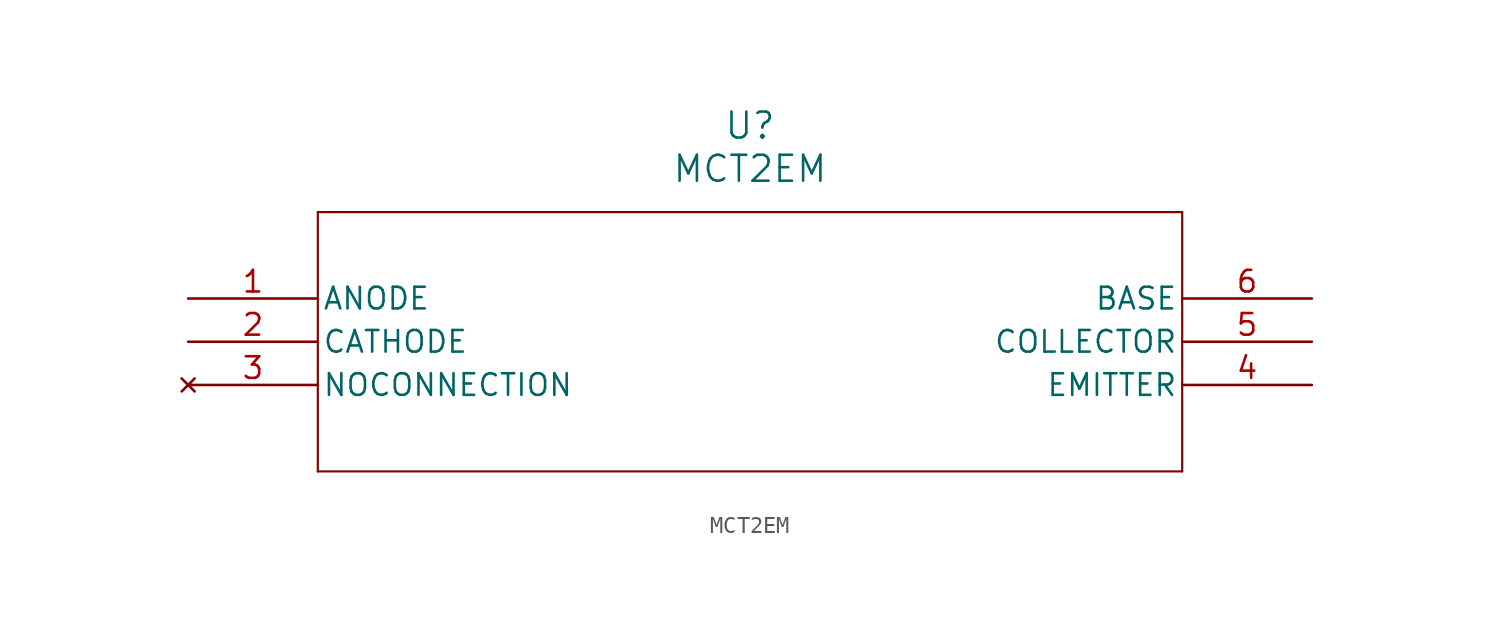
<source format=kicad_sym>
(kicad_symbol_lib
  (version 20211014)
  (generator kicad_symbol_editor)
  (symbol "MCT2EM"
    (pin_names
      (offset 0.254))
    (property "Reference" "U"
      (at 33.02 10.16 0)
      (effects (font (size 1.524 1.524))))
    (property "Value" "MCT2EM"
      (at 33.02 7.62 0)
      (effects (font (size 1.524 1.524))))
    (symbol "MCT2EM_0_1"
      (polyline (pts (xy 7.62 5.08) (xy 7.62 -10.16)) (stroke (width 0.127) (type default) (color 0 0 0 0)) (fill (type none)))
      (polyline (pts (xy 7.62 -10.16) (xy 58.42 -10.16)) (stroke (width 0.127) (type default) (color 0 0 0 0)) (fill (type none)))
      (polyline (pts (xy 58.42 -10.16) (xy 58.42 5.08)) (stroke (width 0.127) (type default) (color 0 0 0 0)) (fill (type none)))
      (polyline (pts (xy 58.42 5.08) (xy 7.62 5.08)) (stroke (width 0.127) (type default) (color 0 0 0 0)) (fill (type none)))
      (pin unspecified line (at 0 0 0) (length 7.62) (name "ANODE" (effects (font (size 1.27 1.27)))) (number "1" (effects (font (size 1.27 1.27)))))
      (pin unspecified line (at 0 -2.54 0) (length 7.62) (name "CATHODE" (effects (font (size 1.27 1.27)))) (number "2" (effects (font (size 1.27 1.27)))))
      (pin no_connect line (at 0 -5.08 0) (length 7.62) (name "NOCONNECTION" (effects (font (size 1.27 1.27)))) (number "3" (effects (font (size 1.27 1.27)))))
      (pin unspecified line (at 66.04 -5.08 180) (length 7.62) (name "EMITTER" (effects (font (size 1.27 1.27)))) (number "4" (effects (font (size 1.27 1.27)))))
      (pin unspecified line (at 66.04 -2.54 180) (length 7.62) (name "COLLECTOR" (effects (font (size 1.27 1.27)))) (number "5" (effects (font (size 1.27 1.27)))))
      (pin unspecified line (at 66.04 0 180) (length 7.62) (name "BASE" (effects (font (size 1.27 1.27)))) (number "6" (effects (font (size 1.27 1.27))))))))
</source>
